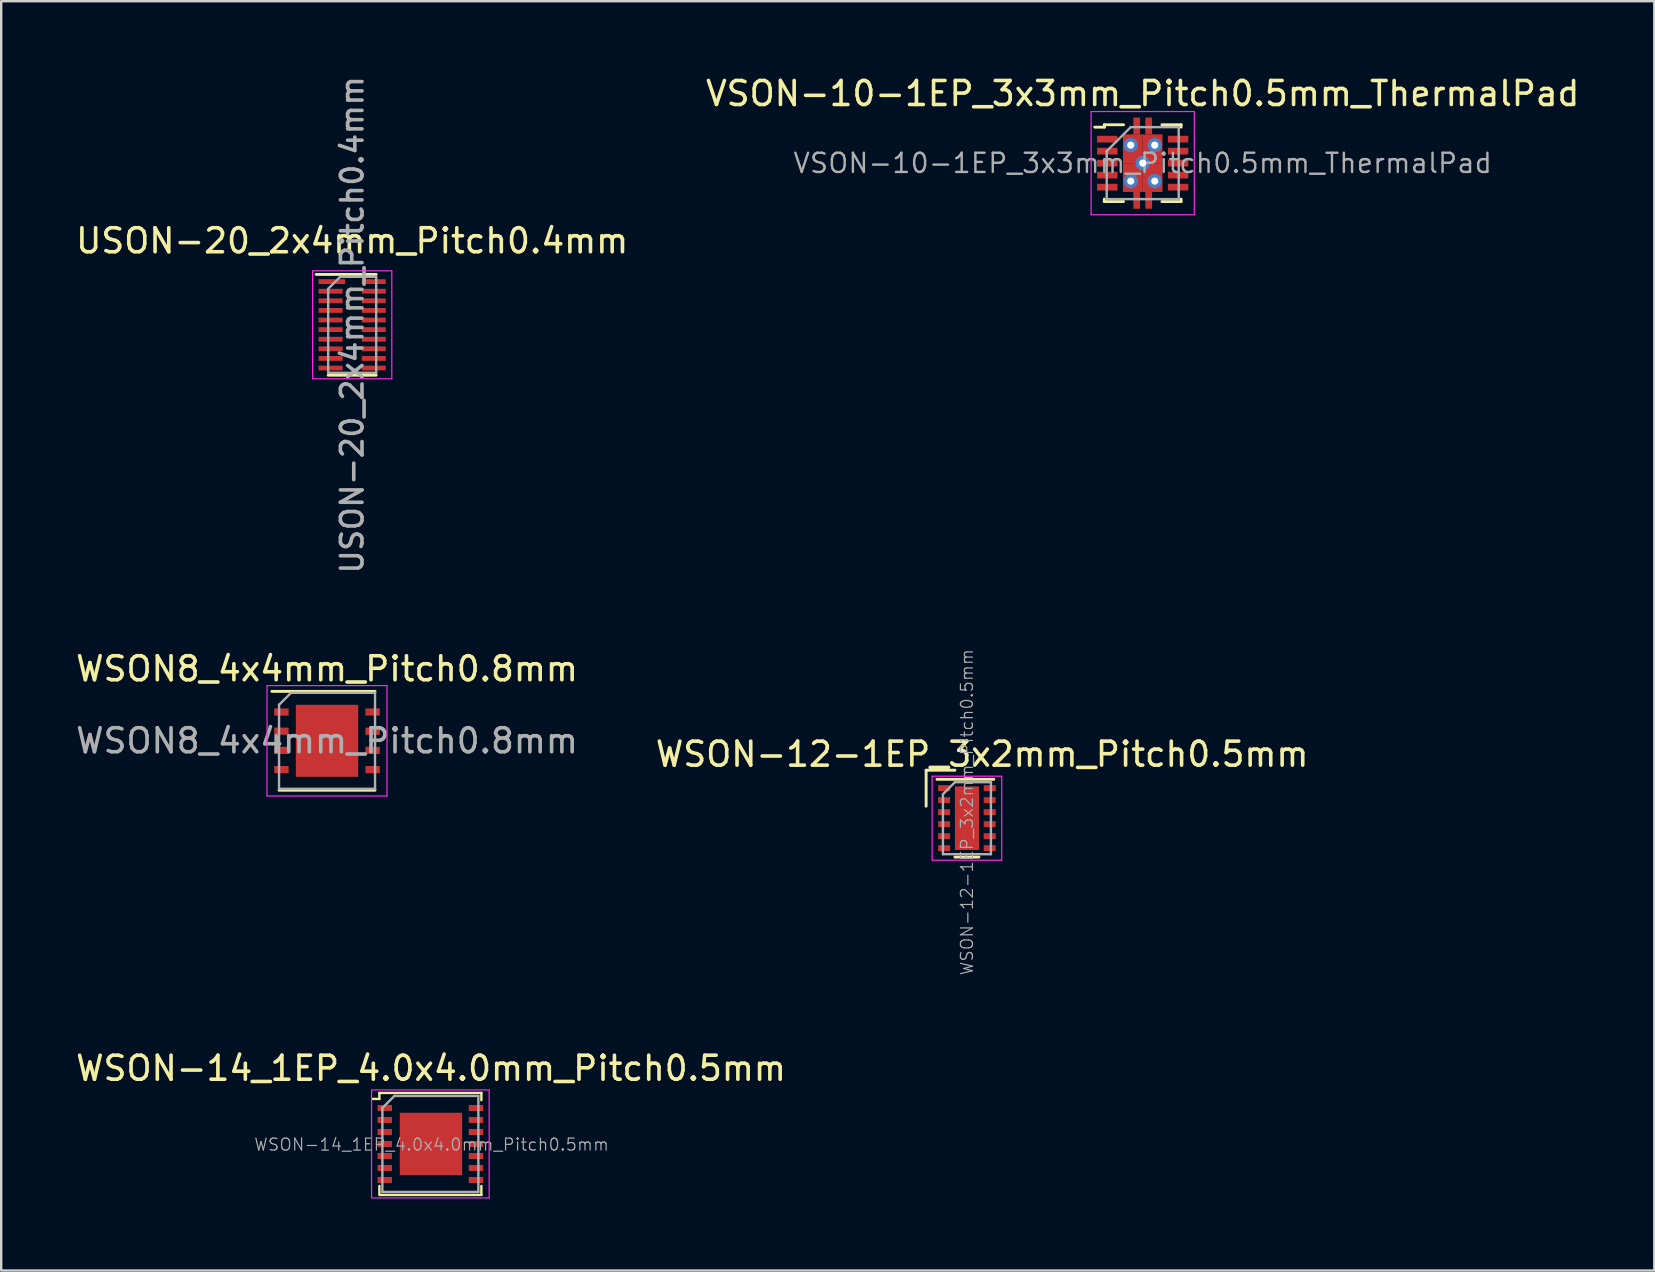
<source format=kicad_pcb>
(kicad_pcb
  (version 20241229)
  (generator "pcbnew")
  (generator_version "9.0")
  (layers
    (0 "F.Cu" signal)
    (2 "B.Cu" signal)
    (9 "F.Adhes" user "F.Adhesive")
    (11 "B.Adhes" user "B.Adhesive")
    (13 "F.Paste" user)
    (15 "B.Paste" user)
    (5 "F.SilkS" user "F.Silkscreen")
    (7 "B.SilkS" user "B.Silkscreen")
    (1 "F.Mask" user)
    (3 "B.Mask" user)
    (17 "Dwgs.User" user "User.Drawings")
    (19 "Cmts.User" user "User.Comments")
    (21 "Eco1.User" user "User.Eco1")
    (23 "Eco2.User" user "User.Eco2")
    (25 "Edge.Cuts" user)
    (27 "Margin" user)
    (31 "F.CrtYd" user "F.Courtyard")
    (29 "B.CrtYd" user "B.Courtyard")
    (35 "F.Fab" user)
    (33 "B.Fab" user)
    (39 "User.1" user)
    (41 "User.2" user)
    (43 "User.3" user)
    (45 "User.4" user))
  (footprint "VSON-10-1EP_3x3mm_Pitch0.5mm_ThermalPad"
    (layer "F.Cu")
    (at 44.565 3.748)
    (property "Reference" "VSON-10-1EP_3x3mm_Pitch0.5mm_ThermalPad" (at 0 -2.9 0) (layer "F.SilkS") (effects (font (size 1 1) (thickness 0.15))))
    (attr smd)
    (fp_line (start -1.6 -1.6) (end -1.6 -1.5) (stroke (width 0.12) (type solid)) (layer "F.SilkS"))
    (fp_line (start -1.6 -1.5) (end -2 -1.5) (stroke (width 0.12) (type solid)) (layer "F.SilkS"))
    (fp_line (start -1.6 1.5) (end -1.6 1.6) (stroke (width 0.12) (type solid)) (layer "F.SilkS"))
    (fp_line (start -1.6 1.6) (end -0.8 1.6) (stroke (width 0.12) (type solid)) (layer "F.SilkS"))
    (fp_line (start -0.8 -1.6) (end -1.6 -1.6) (stroke (width 0.12) (type solid)) (layer "F.SilkS"))
    (fp_line (start 0.8 -1.6) (end 1.6 -1.6) (stroke (width 0.12) (type solid)) (layer "F.SilkS"))
    (fp_line (start 0.8 1.6) (end 1.6 1.6) (stroke (width 0.12) (type solid)) (layer "F.SilkS"))
    (fp_line (start 1.6 -1.6) (end 1.6 -1.5) (stroke (width 0.12) (type solid)) (layer "F.SilkS"))
    (fp_line (start 1.6 1.6) (end 1.6 1.5) (stroke (width 0.12) (type solid)) (layer "F.SilkS"))
    (fp_line (start -2.15 -2.15) (end 2.15 -2.15) (stroke (width 0.05) (type solid)) (layer "F.CrtYd"))
    (fp_line (start -2.15 2.15) (end -2.15 -2.15) (stroke (width 0.05) (type solid)) (layer "F.CrtYd"))
    (fp_line (start 2.15 -2.15) (end 2.15 2.15) (stroke (width 0.05) (type solid)) (layer "F.CrtYd"))
    (fp_line (start 2.15 2.15) (end -2.15 2.15) (stroke (width 0.05) (type solid)) (layer "F.CrtYd"))
    (fp_line (start -1.5 -0.5) (end -1.5 1.5) (stroke (width 0.1) (type solid)) (layer "F.Fab"))
    (fp_line (start -1.5 -0.5) (end -0.5 -1.5) (stroke (width 0.1) (type solid)) (layer "F.Fab"))
    (fp_line (start -1.5 1.5) (end 1.5 1.5) (stroke (width 0.1) (type solid)) (layer "F.Fab"))
    (fp_line (start -0.5 -1.5) (end 1.5 -1.5) (stroke (width 0.1) (type solid)) (layer "F.Fab"))
    (fp_line (start 1.5 -1.5) (end 1.5 1.5) (stroke (width 0.1) (type solid)) (layer "F.Fab"))
    (fp_text user "${REFERENCE}" (at 0 0 0) (layer "F.Fab") (effects (font (size 0.8 0.8) (thickness 0.1))))
    (pad "1" smd rect (at -1.475 -1) (size 0.85 0.28) (layers "F.Cu" "F.Mask" "F.Paste"))
    (pad "2" smd rect (at -1.475 -0.5) (size 0.85 0.28) (layers "F.Cu" "F.Mask" "F.Paste"))
    (pad "3" smd rect (at -1.475 0) (size 0.85 0.28) (layers "F.Cu" "F.Mask" "F.Paste"))
    (pad "4" smd rect (at -1.475 0.5) (size 0.85 0.28) (layers "F.Cu" "F.Mask" "F.Paste"))
    (pad "5" smd rect (at -1.475 1) (size 0.85 0.28) (layers "F.Cu" "F.Mask" "F.Paste"))
    (pad "6" smd rect (at 1.475 1) (size 0.85 0.28) (layers "F.Cu" "F.Mask" "F.Paste"))
    (pad "7" smd rect (at 1.475 0.5) (size 0.85 0.28) (layers "F.Cu" "F.Mask" "F.Paste"))
    (pad "8" smd rect (at 1.475 0) (size 0.85 0.28) (layers "F.Cu" "F.Mask" "F.Paste"))
    (pad "9" smd rect (at 1.475 -0.5) (size 0.85 0.28) (layers "F.Cu" "F.Mask" "F.Paste"))
    (pad "10" smd rect (at 1.475 -1) (size 0.85 0.28) (layers "F.Cu" "F.Mask" "F.Paste"))
    (pad "11" thru_hole circle (at -0.5 -0.75) (size 0.6 0.6) (drill 0.3) (layers "*.Cu" "*.Mask"))
    (pad "11" thru_hole circle (at -0.5 0.75) (size 0.6 0.6) (drill 0.3) (layers "*.Cu" "*.Mask"))
    (pad "11" smd rect (at -0.412 -0.6) (size 0.825 1.2) (layers "F.Cu" "F.Mask" "F.Paste"))
    (pad "11" smd rect (at -0.412 0.6) (size 0.825 1.2) (layers "F.Cu" "F.Mask" "F.Paste"))
    (pad "11" smd rect (at -0.25 -1.55) (size 0.28 0.7) (layers "F.Cu" "F.Mask" "F.Paste"))
    (pad "11" smd rect (at -0.25 1.55) (size 0.28 0.7) (layers "F.Cu" "F.Mask" "F.Paste"))
    (pad "11" thru_hole circle (at 0 0) (size 0.6 0.6) (drill 0.3) (layers "*.Cu" "*.Mask"))
    (pad "11" smd rect (at 0.25 -1.55) (size 0.28 0.7) (layers "F.Cu" "F.Mask" "F.Paste"))
    (pad "11" smd rect (at 0.25 1.55) (size 0.28 0.7) (layers "F.Cu" "F.Mask" "F.Paste"))
    (pad "11" smd rect (at 0.412 -0.6) (size 0.825 1.2) (layers "F.Cu" "F.Mask" "F.Paste"))
    (pad "11" smd rect (at 0.412 0.6) (size 0.825 1.2) (layers "F.Cu" "F.Mask" "F.Paste"))
    (pad "11" thru_hole circle (at 0.5 -0.75) (size 0.6 0.6) (drill 0.3) (layers "*.Cu" "*.Mask"))
    (pad "11" thru_hole circle (at 0.5 0.75) (size 0.6 0.6) (drill 0.3) (layers "*.Cu" "*.Mask")))
  (footprint "WSON-14_1EP_4.0x4.0mm_Pitch0.5mm"
    (layer "F.Cu")
    (at 14.883 44.617)
    (property "Reference" "WSON-14_1EP_4.0x4.0mm_Pitch0.5mm" (at 0.027 -3.153 0) (layer "F.SilkS") (effects (font (size 1 1) (thickness 0.15))))
    (attr smd)
    (fp_line (start -2.425 -1.875) (end -2.125 -1.875) (stroke (width 0.1) (type solid)) (layer "F.SilkS"))
    (fp_line (start -2.125 -2.125) (end -2.125 -1.875) (stroke (width 0.1) (type solid)) (layer "F.SilkS"))
    (fp_line (start -2.125 2.125) (end -2.125 1.75) (stroke (width 0.1) (type solid)) (layer "F.SilkS"))
    (fp_line (start 2.125 -2.125) (end -2.125 -2.125) (stroke (width 0.1) (type solid)) (layer "F.SilkS"))
    (fp_line (start 2.125 -2.125) (end 2.125 -1.825) (stroke (width 0.1) (type solid)) (layer "F.SilkS"))
    (fp_line (start 2.125 1.75) (end 2.125 2.125) (stroke (width 0.1) (type solid)) (layer "F.SilkS"))
    (fp_line (start 2.125 2.125) (end -2.1 2.125) (stroke (width 0.1) (type solid)) (layer "F.SilkS"))
    (fp_line (start -2.45 -2.25) (end 2.45 -2.25) (stroke (width 0.05) (type solid)) (layer "F.CrtYd"))
    (fp_line (start -2.45 2.25) (end -2.45 -2.25) (stroke (width 0.05) (type solid)) (layer "F.CrtYd"))
    (fp_line (start 2.45 -2.25) (end 2.45 2.25) (stroke (width 0.05) (type solid)) (layer "F.CrtYd"))
    (fp_line (start 2.45 2.25) (end -2.44 2.25) (stroke (width 0.05) (type solid)) (layer "F.CrtYd"))
    (fp_line (start -2 -1.5) (end -2 2) (stroke (width 0.1) (type solid)) (layer "F.Fab"))
    (fp_line (start -2 -1.5) (end -1.5 -2) (stroke (width 0.1) (type solid)) (layer "F.Fab"))
    (fp_line (start -2 2) (end 2 2) (stroke (width 0.1) (type solid)) (layer "F.Fab"))
    (fp_line (start 2 -2) (end -1.5 -2) (stroke (width 0.1) (type solid)) (layer "F.Fab"))
    (fp_line (start 2 2) (end 2 -2) (stroke (width 0.1) (type solid)) (layer "F.Fab"))
    (fp_text user "${REFERENCE}" (at 0.05 0.025 0) (layer "F.Fab") (effects (font (size 0.5 0.5) (thickness 0.05))))
    (pad "1" smd rect (at -1.9 -1.5 270) (size 0.25 0.6) (layers "F.Cu" "F.Mask" "F.Paste"))
    (pad "2" smd rect (at -1.9 -1 270) (size 0.25 0.6) (layers "F.Cu" "F.Mask" "F.Paste"))
    (pad "3" smd rect (at -1.9 -0.5 270) (size 0.25 0.6) (layers "F.Cu" "F.Mask" "F.Paste"))
    (pad "4" smd rect (at -1.9 0 270) (size 0.25 0.6) (layers "F.Cu" "F.Mask" "F.Paste"))
    (pad "5" smd rect (at -1.9 0.5 270) (size 0.25 0.6) (layers "F.Cu" "F.Mask" "F.Paste"))
    (pad "6" smd rect (at -1.9 1 270) (size 0.25 0.6) (layers "F.Cu" "F.Mask" "F.Paste"))
    (pad "7" smd rect (at -1.9 1.5 270) (size 0.25 0.6) (layers "F.Cu" "F.Mask" "F.Paste"))
    (pad "8" smd rect (at 1.9 1.5 270) (size 0.25 0.6) (layers "F.Cu" "F.Mask" "F.Paste"))
    (pad "9" smd rect (at 1.9 1 270) (size 0.25 0.6) (layers "F.Cu" "F.Mask" "F.Paste"))
    (pad "10" smd rect (at 1.9 0.5 270) (size 0.25 0.6) (layers "F.Cu" "F.Mask" "F.Paste"))
    (pad "11" smd rect (at 1.9 0 270) (size 0.25 0.6) (layers "F.Cu" "F.Mask" "F.Paste"))
    (pad "12" smd rect (at 1.9 -0.5 270) (size 0.25 0.6) (layers "F.Cu" "F.Mask" "F.Paste"))
    (pad "13" smd rect (at 1.9 -1 270) (size 0.25 0.6) (layers "F.Cu" "F.Mask" "F.Paste"))
    (pad "14" smd rect (at 1.9 -1.5 270) (size 0.25 0.6) (layers "F.Cu" "F.Mask" "F.Paste"))
    (pad "15" smd rect (at 0.025 0 270) (size 2.6 2.6) (layers "F.Cu" "F.Mask" "F.Paste")))
  (footprint "WSON-12-1EP_3x2mm_Pitch0.5mm"
    (layer "F.Cu")
    (at 37.24 31.043)
    (property "Reference" "WSON-12-1EP_3x2mm_Pitch0.5mm" (at 0.635 -2.667 0) (layer "F.SilkS") (effects (font (size 1 1) (thickness 0.15))))
    (attr smd)
    (fp_line (start -1.7 -2) (end -0.5 -2) (stroke (width 0.12) (type solid)) (layer "F.SilkS"))
    (fp_line (start -1.7 -0.5) (end -1.7 -2) (stroke (width 0.12) (type solid)) (layer "F.SilkS"))
    (fp_line (start -1.25 -1.62) (end 1.12 -1.62) (stroke (width 0.12) (type solid)) (layer "F.SilkS"))
    (fp_line (start 0.5 1.62) (end -0.5 1.62) (stroke (width 0.12) (type solid)) (layer "F.SilkS"))
    (fp_line (start -1.45 -1.75) (end 1.45 -1.75) (stroke (width 0.05) (type solid)) (layer "F.CrtYd"))
    (fp_line (start -1.45 1.75) (end -1.45 -1.75) (stroke (width 0.05) (type solid)) (layer "F.CrtYd"))
    (fp_line (start 1.45 -1.75) (end 1.45 1.75) (stroke (width 0.05) (type solid)) (layer "F.CrtYd"))
    (fp_line (start 1.45 1.75) (end -1.45 1.75) (stroke (width 0.05) (type solid)) (layer "F.CrtYd"))
    (fp_line (start -1 -1) (end -0.5 -1.5) (stroke (width 0.1) (type solid)) (layer "F.Fab"))
    (fp_line (start -1 1.5) (end -1 -1) (stroke (width 0.1) (type solid)) (layer "F.Fab"))
    (fp_line (start -0.5 -1.5) (end 1 -1.5) (stroke (width 0.1) (type solid)) (layer "F.Fab"))
    (fp_line (start 1 -1.5) (end 1 1.5) (stroke (width 0.1) (type solid)) (layer "F.Fab"))
    (fp_line (start 1 1.5) (end -1 1.5) (stroke (width 0.1) (type solid)) (layer "F.Fab"))
    (fp_text user "${REFERENCE}" (at 0 -0.25 90) (layer "F.Fab") (effects (font (size 0.5 0.5) (thickness 0.05))))
    (pad "1" smd rect (at -0.95 -1.25) (size 0.5 0.25) (layers "F.Cu" "F.Mask" "F.Paste"))
    (pad "2" smd rect (at -0.95 -0.75) (size 0.5 0.25) (layers "F.Cu" "F.Mask" "F.Paste"))
    (pad "3" smd rect (at -0.95 -0.25) (size 0.5 0.25) (layers "F.Cu" "F.Mask" "F.Paste"))
    (pad "4" smd rect (at -0.95 0.25) (size 0.5 0.25) (layers "F.Cu" "F.Mask" "F.Paste"))
    (pad "5" smd rect (at -0.95 0.75) (size 0.5 0.25) (layers "F.Cu" "F.Mask" "F.Paste"))
    (pad "6" smd rect (at -0.95 1.25) (size 0.5 0.25) (layers "F.Cu" "F.Mask" "F.Paste"))
    (pad "7" smd rect (at 0.95 1.25) (size 0.5 0.25) (layers "F.Cu" "F.Mask" "F.Paste"))
    (pad "8" smd rect (at 0.95 0.75) (size 0.5 0.25) (layers "F.Cu" "F.Mask" "F.Paste"))
    (pad "9" smd rect (at 0.95 0.25) (size 0.5 0.25) (layers "F.Cu" "F.Mask" "F.Paste"))
    (pad "10" smd rect (at 0.95 -0.25) (size 0.5 0.25) (layers "F.Cu" "F.Mask" "F.Paste"))
    (pad "11" smd rect (at 0.95 -0.75) (size 0.5 0.25) (layers "F.Cu" "F.Mask" "F.Paste"))
    (pad "12" smd rect (at 0.95 -1.25) (size 0.5 0.25) (layers "F.Cu" "F.Mask" "F.Paste"))
    (pad "13" smd rect (at 0 -0.685) (size 0.95 1.17) (layers "F.Cu" "F.Paste"))
    (pad "13" smd rect (at 0 0) (size 1 2.65) (layers "F.Cu" "F.Mask"))
    (pad "13" smd rect (at 0 0.685) (size 0.95 1.17) (layers "F.Cu" "F.Paste")))
  (footprint "WSON8_4x4mm_Pitch0.8mm"
    (layer "F.Cu")
    (at 10.577 27.818)
    (property "Reference" "WSON8_4x4mm_Pitch0.8mm" (at 0 -3 0) (layer "F.SilkS") (effects (font (size 1 1) (thickness 0.15))))
    (attr smd)
    (fp_line (start -2.3 -2.06) (end 2 -2.06) (stroke (width 0.12) (type solid)) (layer "F.SilkS"))
    (fp_line (start -2 2.06) (end 2 2.06) (stroke (width 0.12) (type solid)) (layer "F.SilkS"))
    (fp_line (start -2.5 2.3) (end -2.5 -2.3) (stroke (width 0.05) (type solid)) (layer "F.CrtYd"))
    (fp_line (start -2.5 2.3) (end 2.5 2.3) (stroke (width 0.05) (type solid)) (layer "F.CrtYd"))
    (fp_line (start 2.5 -2.3) (end -2.5 -2.3) (stroke (width 0.05) (type solid)) (layer "F.CrtYd"))
    (fp_line (start 2.5 -2.3) (end 2.5 2.3) (stroke (width 0.05) (type solid)) (layer "F.CrtYd"))
    (fp_line (start -2 -1.5) (end -2 2) (stroke (width 0.1) (type solid)) (layer "F.Fab"))
    (fp_line (start -2 2) (end 2 2) (stroke (width 0.1) (type solid)) (layer "F.Fab"))
    (fp_line (start -1.5 -2) (end -2 -1.5) (stroke (width 0.1) (type solid)) (layer "F.Fab"))
    (fp_line (start -1.5 -2) (end 2 -2) (stroke (width 0.1) (type solid)) (layer "F.Fab"))
    (fp_line (start 2 -2) (end 2 2) (stroke (width 0.1) (type solid)) (layer "F.Fab"))
    (fp_text user "${REFERENCE}" (at 0 0 0) (layer "F.Fab") (effects (font (size 1 1) (thickness 0.15))))
    (pad "1" smd rect (at -1.9 -1.2 270) (size 0.3 0.6) (layers "F.Cu" "F.Mask" "F.Paste"))
    (pad "2" smd rect (at -1.9 -0.4 270) (size 0.3 0.6) (layers "F.Cu" "F.Mask" "F.Paste"))
    (pad "3" smd rect (at -1.9 0.4 270) (size 0.3 0.6) (layers "F.Cu" "F.Mask" "F.Paste"))
    (pad "4" smd rect (at -1.9 1.2 270) (size 0.3 0.6) (layers "F.Cu" "F.Mask" "F.Paste"))
    (pad "5" smd rect (at 1.9 1.2 270) (size 0.3 0.6) (layers "F.Cu" "F.Mask" "F.Paste"))
    (pad "6" smd rect (at 1.9 0.4 270) (size 0.3 0.6) (layers "F.Cu" "F.Mask" "F.Paste"))
    (pad "7" smd rect (at 1.9 -0.4 270) (size 0.3 0.6) (layers "F.Cu" "F.Mask" "F.Paste"))
    (pad "8" smd rect (at 1.9 -1.2 270) (size 0.3 0.6) (layers "F.Cu" "F.Mask" "F.Paste"))
    (pad "9" smd rect (at 0 0) (size 2.6 3) (layers "F.Cu" "F.Mask" "F.Paste")))
  (footprint "USON-20_2x4mm_Pitch0.4mm"
    (layer "F.Cu")
    (at 11.625 10.485)
    (property "Reference" "USON-20_2x4mm_Pitch0.4mm" (at 0 -3.5 0) (layer "F.SilkS") (effects (font (size 1 1) (thickness 0.15))))
    (attr smd)
    (fp_line (start 1 -2.1) (end -1.5 -2.1) (stroke (width 0.12) (type solid)) (layer "F.SilkS"))
    (fp_line (start 1 2.1) (end -1 2.1) (stroke (width 0.12) (type solid)) (layer "F.SilkS"))
    (fp_line (start -1.65 -2.25) (end 1.65 -2.25) (stroke (width 0.05) (type solid)) (layer "F.CrtYd"))
    (fp_line (start -1.65 2.25) (end -1.65 -2.25) (stroke (width 0.05) (type solid)) (layer "F.CrtYd"))
    (fp_line (start 1.65 -2.25) (end 1.65 2.25) (stroke (width 0.05) (type solid)) (layer "F.CrtYd"))
    (fp_line (start 1.65 2.25) (end -1.65 2.25) (stroke (width 0.05) (type solid)) (layer "F.CrtYd"))
    (fp_line (start -1 2) (end -1 -1.5) (stroke (width 0.1) (type solid)) (layer "F.Fab"))
    (fp_line (start -0.5 -2) (end -1 -1.5) (stroke (width 0.1) (type solid)) (layer "F.Fab"))
    (fp_line (start -0.5 -2) (end 1 -2) (stroke (width 0.1) (type solid)) (layer "F.Fab"))
    (fp_line (start 1 -2) (end 1 2) (stroke (width 0.1) (type solid)) (layer "F.Fab"))
    (fp_line (start 1 2) (end -1 2) (stroke (width 0.1) (type solid)) (layer "F.Fab"))
    (fp_text user "${REFERENCE}" (at 0 0 90) (layer "F.Fab") (effects (font (size 0.9 0.9) (thickness 0.15))))
    (pad "1" smd rect (at -0.85 -1.8 270) (size 0.2 1.1) (layers "F.Cu" "F.Mask" "F.Paste"))
    (pad "2" smd rect (at -0.9 -1.4 270) (size 0.2 1) (layers "F.Cu" "F.Mask" "F.Paste"))
    (pad "3" smd rect (at -0.9 -1 270) (size 0.2 1) (layers "F.Cu" "F.Mask" "F.Paste"))
    (pad "4" smd rect (at -0.9 -0.6 270) (size 0.2 1) (layers "F.Cu" "F.Mask" "F.Paste"))
    (pad "5" smd rect (at -0.9 -0.2 270) (size 0.2 1) (layers "F.Cu" "F.Mask" "F.Paste"))
    (pad "6" smd rect (at -0.9 0.2 270) (size 0.2 1) (layers "F.Cu" "F.Mask" "F.Paste"))
    (pad "7" smd rect (at -0.9 0.6 270) (size 0.2 1) (layers "F.Cu" "F.Mask" "F.Paste"))
    (pad "8" smd rect (at -0.9 1 270) (size 0.2 1) (layers "F.Cu" "F.Mask" "F.Paste"))
    (pad "9" smd rect (at -0.9 1.4 270) (size 0.2 1) (layers "F.Cu" "F.Mask" "F.Paste"))
    (pad "10" smd rect (at -0.9 1.8 270) (size 0.2 1) (layers "F.Cu" "F.Mask" "F.Paste"))
    (pad "11" smd rect (at 0.9 1.8 270) (size 0.2 1) (layers "F.Cu" "F.Mask" "F.Paste"))
    (pad "12" smd rect (at 0.9 1.4 270) (size 0.2 1) (layers "F.Cu" "F.Mask" "F.Paste"))
    (pad "13" smd rect (at 0.9 1 270) (size 0.2 1) (layers "F.Cu" "F.Mask" "F.Paste"))
    (pad "14" smd rect (at 0.9 0.6 270) (size 0.2 1) (layers "F.Cu" "F.Mask" "F.Paste"))
    (pad "15" smd rect (at 0.9 0.2 270) (size 0.2 1) (layers "F.Cu" "F.Mask" "F.Paste"))
    (pad "16" smd rect (at 0.9 -0.2 270) (size 0.2 1) (layers "F.Cu" "F.Mask" "F.Paste"))
    (pad "17" smd rect (at 0.9 -0.6 270) (size 0.2 1) (layers "F.Cu" "F.Mask" "F.Paste"))
    (pad "18" smd rect (at 0.9 -1 270) (size 0.2 1) (layers "F.Cu" "F.Mask" "F.Paste"))
    (pad "19" smd rect (at 0.9 -1.4 270) (size 0.2 1) (layers "F.Cu" "F.Mask" "F.Paste"))
    (pad "20" smd rect (at 0.9 -1.8 270) (size 0.2 1) (layers "F.Cu" "F.Mask" "F.Paste")))
  (gr_rect
    (start -3 -3)
    (end 65.881 49.892)
    (stroke (width 0.1) (type default))
    (fill no)
    (layer "Edge.Cuts")))
</source>
